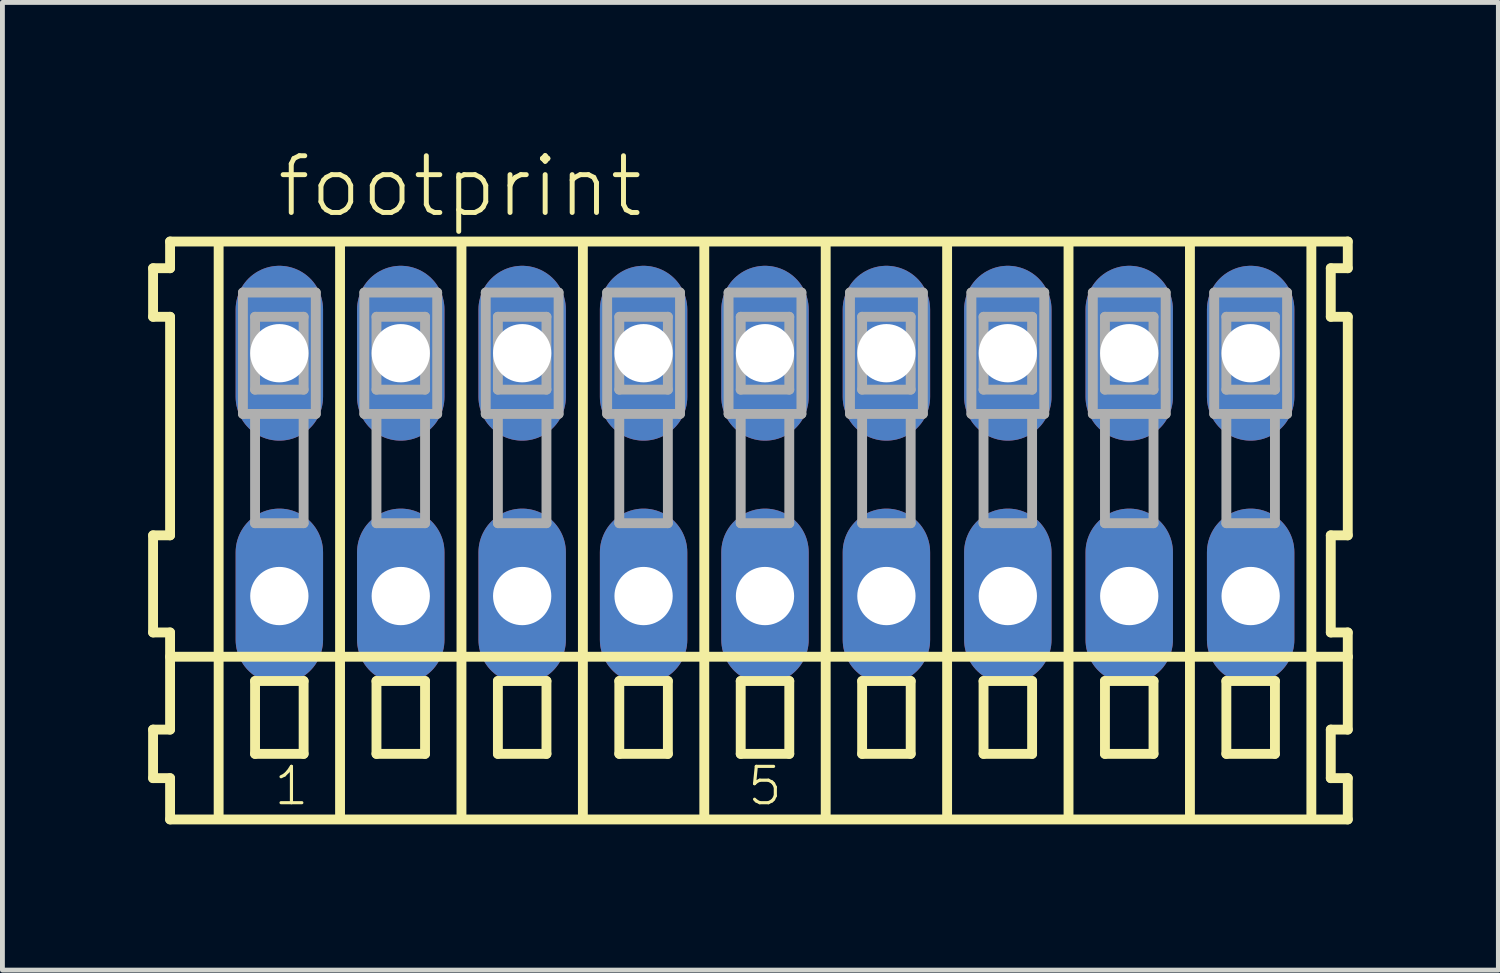
<source format=kicad_pcb>
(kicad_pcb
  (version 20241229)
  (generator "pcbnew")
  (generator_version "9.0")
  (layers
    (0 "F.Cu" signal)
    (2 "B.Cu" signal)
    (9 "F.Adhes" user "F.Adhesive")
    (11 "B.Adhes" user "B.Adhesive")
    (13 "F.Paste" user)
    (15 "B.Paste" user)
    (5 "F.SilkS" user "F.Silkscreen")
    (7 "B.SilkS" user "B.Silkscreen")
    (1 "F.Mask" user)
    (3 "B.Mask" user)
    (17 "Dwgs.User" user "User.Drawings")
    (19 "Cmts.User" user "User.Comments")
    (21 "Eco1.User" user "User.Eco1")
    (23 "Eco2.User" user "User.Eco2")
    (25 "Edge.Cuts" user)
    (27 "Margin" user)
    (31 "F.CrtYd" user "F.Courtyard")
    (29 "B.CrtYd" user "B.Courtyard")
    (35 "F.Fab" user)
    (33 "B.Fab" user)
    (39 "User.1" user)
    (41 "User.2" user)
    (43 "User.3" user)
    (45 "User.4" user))
  (footprint "footprint"
    (layer "F.Cu")
    (at 12.702 6.723)
    (property "Reference" "footprint" (at -10.1 -5.25 0) (layer "F.SilkS") (effects (font (size 1.168 1.168) (thickness 0.102)) (justify left bottom)))
    (fp_line (start -12.6 -4.25) (end -12.6 -3.25) (stroke (width 0.203) (type solid)) (layer "F.SilkS"))
    (fp_line (start -12.6 -3.25) (end -12.25 -3.25) (stroke (width 0.203) (type solid)) (layer "F.SilkS"))
    (fp_line (start -12.6 1.25) (end -12.6 3.25) (stroke (width 0.203) (type solid)) (layer "F.SilkS"))
    (fp_line (start -12.6 3.25) (end -12.25 3.25) (stroke (width 0.203) (type solid)) (layer "F.SilkS"))
    (fp_line (start -12.6 5.25) (end -12.6 6.25) (stroke (width 0.203) (type solid)) (layer "F.SilkS"))
    (fp_line (start -12.6 6.25) (end -12.25 6.25) (stroke (width 0.203) (type solid)) (layer "F.SilkS"))
    (fp_line (start -12.25 -4.8) (end -12.25 -4.25) (stroke (width 0.203) (type solid)) (layer "F.SilkS"))
    (fp_line (start -12.25 -4.25) (end -12.6 -4.25) (stroke (width 0.203) (type solid)) (layer "F.SilkS"))
    (fp_line (start -12.25 -3.25) (end -12.25 1.25) (stroke (width 0.203) (type solid)) (layer "F.SilkS"))
    (fp_line (start -12.25 1.25) (end -12.6 1.25) (stroke (width 0.203) (type solid)) (layer "F.SilkS"))
    (fp_line (start -12.25 3.25) (end -12.25 5.25) (stroke (width 0.203) (type solid)) (layer "F.SilkS"))
    (fp_line (start -12.25 3.75) (end 12 3.75) (stroke (width 0.203) (type solid)) (layer "F.SilkS"))
    (fp_line (start -12.25 5.25) (end -12.6 5.25) (stroke (width 0.203) (type solid)) (layer "F.SilkS"))
    (fp_line (start -12.25 6.25) (end -12.25 7.1) (stroke (width 0.203) (type solid)) (layer "F.SilkS"))
    (fp_line (start -12.25 7.1) (end 12 7.1) (stroke (width 0.203) (type solid)) (layer "F.SilkS"))
    (fp_line (start -11.25 -4.75) (end -11.25 7) (stroke (width 0.203) (type solid)) (layer "F.SilkS"))
    (fp_line (start -10.5 4.25) (end -10.5 5.75) (stroke (width 0.203) (type solid)) (layer "F.SilkS"))
    (fp_line (start -10.5 5.75) (end -9.5 5.75) (stroke (width 0.203) (type solid)) (layer "F.SilkS"))
    (fp_line (start -9.5 4.25) (end -10.5 4.25) (stroke (width 0.203) (type solid)) (layer "F.SilkS"))
    (fp_line (start -9.5 5.75) (end -9.5 4.25) (stroke (width 0.203) (type solid)) (layer "F.SilkS"))
    (fp_line (start -8.75 -4.75) (end -8.75 7) (stroke (width 0.203) (type solid)) (layer "F.SilkS"))
    (fp_line (start -8 4.25) (end -8 5.75) (stroke (width 0.203) (type solid)) (layer "F.SilkS"))
    (fp_line (start -8 5.75) (end -7 5.75) (stroke (width 0.203) (type solid)) (layer "F.SilkS"))
    (fp_line (start -7 4.25) (end -8 4.25) (stroke (width 0.203) (type solid)) (layer "F.SilkS"))
    (fp_line (start -7 5.75) (end -7 4.25) (stroke (width 0.203) (type solid)) (layer "F.SilkS"))
    (fp_line (start -6.25 -4.75) (end -6.25 7) (stroke (width 0.203) (type solid)) (layer "F.SilkS"))
    (fp_line (start -5.5 4.25) (end -5.5 5.75) (stroke (width 0.203) (type solid)) (layer "F.SilkS"))
    (fp_line (start -5.5 5.75) (end -4.5 5.75) (stroke (width 0.203) (type solid)) (layer "F.SilkS"))
    (fp_line (start -4.5 4.25) (end -5.5 4.25) (stroke (width 0.203) (type solid)) (layer "F.SilkS"))
    (fp_line (start -4.5 5.75) (end -4.5 4.25) (stroke (width 0.203) (type solid)) (layer "F.SilkS"))
    (fp_line (start -3.75 -4.75) (end -3.75 7) (stroke (width 0.203) (type solid)) (layer "F.SilkS"))
    (fp_line (start -3 4.25) (end -3 5.75) (stroke (width 0.203) (type solid)) (layer "F.SilkS"))
    (fp_line (start -3 5.75) (end -2 5.75) (stroke (width 0.203) (type solid)) (layer "F.SilkS"))
    (fp_line (start -2 4.25) (end -3 4.25) (stroke (width 0.203) (type solid)) (layer "F.SilkS"))
    (fp_line (start -2 5.75) (end -2 4.25) (stroke (width 0.203) (type solid)) (layer "F.SilkS"))
    (fp_line (start -1.25 -4.75) (end -1.25 7) (stroke (width 0.203) (type solid)) (layer "F.SilkS"))
    (fp_line (start -0.5 4.25) (end -0.5 5.75) (stroke (width 0.203) (type solid)) (layer "F.SilkS"))
    (fp_line (start -0.5 5.75) (end 0.5 5.75) (stroke (width 0.203) (type solid)) (layer "F.SilkS"))
    (fp_line (start 0.5 4.25) (end -0.5 4.25) (stroke (width 0.203) (type solid)) (layer "F.SilkS"))
    (fp_line (start 0.5 5.75) (end 0.5 4.25) (stroke (width 0.203) (type solid)) (layer "F.SilkS"))
    (fp_line (start 1.25 -4.75) (end 1.25 7) (stroke (width 0.203) (type solid)) (layer "F.SilkS"))
    (fp_line (start 2 4.25) (end 2 5.75) (stroke (width 0.203) (type solid)) (layer "F.SilkS"))
    (fp_line (start 2 5.75) (end 3 5.75) (stroke (width 0.203) (type solid)) (layer "F.SilkS"))
    (fp_line (start 3 4.25) (end 2 4.25) (stroke (width 0.203) (type solid)) (layer "F.SilkS"))
    (fp_line (start 3 5.75) (end 3 4.25) (stroke (width 0.203) (type solid)) (layer "F.SilkS"))
    (fp_line (start 3.75 -4.75) (end 3.75 7) (stroke (width 0.203) (type solid)) (layer "F.SilkS"))
    (fp_line (start 4.5 4.25) (end 4.5 5.75) (stroke (width 0.203) (type solid)) (layer "F.SilkS"))
    (fp_line (start 4.5 5.75) (end 5.5 5.75) (stroke (width 0.203) (type solid)) (layer "F.SilkS"))
    (fp_line (start 5.5 4.25) (end 4.5 4.25) (stroke (width 0.203) (type solid)) (layer "F.SilkS"))
    (fp_line (start 5.5 5.75) (end 5.5 4.25) (stroke (width 0.203) (type solid)) (layer "F.SilkS"))
    (fp_line (start 6.25 -4.75) (end 6.25 7) (stroke (width 0.203) (type solid)) (layer "F.SilkS"))
    (fp_line (start 7 4.25) (end 7 5.75) (stroke (width 0.203) (type solid)) (layer "F.SilkS"))
    (fp_line (start 7 5.75) (end 8 5.75) (stroke (width 0.203) (type solid)) (layer "F.SilkS"))
    (fp_line (start 8 4.25) (end 7 4.25) (stroke (width 0.203) (type solid)) (layer "F.SilkS"))
    (fp_line (start 8 5.75) (end 8 4.25) (stroke (width 0.203) (type solid)) (layer "F.SilkS"))
    (fp_line (start 8.75 -4.75) (end 8.75 7) (stroke (width 0.203) (type solid)) (layer "F.SilkS"))
    (fp_line (start 9.5 4.25) (end 9.5 5.75) (stroke (width 0.203) (type solid)) (layer "F.SilkS"))
    (fp_line (start 9.5 5.75) (end 10.5 5.75) (stroke (width 0.203) (type solid)) (layer "F.SilkS"))
    (fp_line (start 10.5 4.25) (end 9.5 4.25) (stroke (width 0.203) (type solid)) (layer "F.SilkS"))
    (fp_line (start 10.5 5.75) (end 10.5 4.25) (stroke (width 0.203) (type solid)) (layer "F.SilkS"))
    (fp_line (start 11.25 -4.75) (end 11.25 7) (stroke (width 0.203) (type solid)) (layer "F.SilkS"))
    (fp_line (start 11.65 -4.25) (end 11.65 -3.25) (stroke (width 0.203) (type solid)) (layer "F.SilkS"))
    (fp_line (start 11.65 -3.25) (end 12 -3.25) (stroke (width 0.203) (type solid)) (layer "F.SilkS"))
    (fp_line (start 11.65 1.25) (end 11.65 3.25) (stroke (width 0.203) (type solid)) (layer "F.SilkS"))
    (fp_line (start 11.65 3.25) (end 12 3.25) (stroke (width 0.203) (type solid)) (layer "F.SilkS"))
    (fp_line (start 11.65 5.25) (end 11.65 6.25) (stroke (width 0.203) (type solid)) (layer "F.SilkS"))
    (fp_line (start 11.65 6.25) (end 12 6.25) (stroke (width 0.203) (type solid)) (layer "F.SilkS"))
    (fp_line (start 12 -4.8) (end -12.25 -4.8) (stroke (width 0.203) (type solid)) (layer "F.SilkS"))
    (fp_line (start 12 -4.25) (end 11.65 -4.25) (stroke (width 0.203) (type solid)) (layer "F.SilkS"))
    (fp_line (start 12 -4.25) (end 12 -4.8) (stroke (width 0.203) (type solid)) (layer "F.SilkS"))
    (fp_line (start 12 1.25) (end 11.65 1.25) (stroke (width 0.203) (type solid)) (layer "F.SilkS"))
    (fp_line (start 12 1.25) (end 12 -3.25) (stroke (width 0.203) (type solid)) (layer "F.SilkS"))
    (fp_line (start 12 3.75) (end 12 3.25) (stroke (width 0.203) (type solid)) (layer "F.SilkS"))
    (fp_line (start 12 5.25) (end 11.65 5.25) (stroke (width 0.203) (type solid)) (layer "F.SilkS"))
    (fp_line (start 12 5.25) (end 12 3.75) (stroke (width 0.203) (type solid)) (layer "F.SilkS"))
    (fp_line (start 12 7.1) (end 12 6.25) (stroke (width 0.203) (type solid)) (layer "F.SilkS"))
    (fp_line (start -10.75 -3.75) (end -10.75 -1.25) (stroke (width 0.203) (type solid)) (layer "F.Fab"))
    (fp_line (start -10.75 -1.25) (end -10.5 -1.25) (stroke (width 0.203) (type solid)) (layer "F.Fab"))
    (fp_line (start -10.5 -3.25) (end -10.5 -1.75) (stroke (width 0.203) (type solid)) (layer "F.Fab"))
    (fp_line (start -10.5 -1.75) (end -9.5 -1.75) (stroke (width 0.203) (type solid)) (layer "F.Fab"))
    (fp_line (start -10.5 -1.25) (end -10.5 1) (stroke (width 0.203) (type solid)) (layer "F.Fab"))
    (fp_line (start -10.5 -1.25) (end -9.5 -1.25) (stroke (width 0.203) (type solid)) (layer "F.Fab"))
    (fp_line (start -10.5 1) (end -9.5 1) (stroke (width 0.203) (type solid)) (layer "F.Fab"))
    (fp_line (start -9.5 -3.25) (end -10.5 -3.25) (stroke (width 0.203) (type solid)) (layer "F.Fab"))
    (fp_line (start -9.5 -1.75) (end -9.5 -3.25) (stroke (width 0.203) (type solid)) (layer "F.Fab"))
    (fp_line (start -9.5 -1.25) (end -9.25 -1.25) (stroke (width 0.203) (type solid)) (layer "F.Fab"))
    (fp_line (start -9.5 1) (end -9.5 -1.25) (stroke (width 0.203) (type solid)) (layer "F.Fab"))
    (fp_line (start -9.25 -3.75) (end -10.75 -3.75) (stroke (width 0.203) (type solid)) (layer "F.Fab"))
    (fp_line (start -9.25 -1.25) (end -9.25 -3.75) (stroke (width 0.203) (type solid)) (layer "F.Fab"))
    (fp_line (start -8.25 -3.75) (end -8.25 -1.25) (stroke (width 0.203) (type solid)) (layer "F.Fab"))
    (fp_line (start -8.25 -1.25) (end -8 -1.25) (stroke (width 0.203) (type solid)) (layer "F.Fab"))
    (fp_line (start -8 -3.25) (end -8 -1.75) (stroke (width 0.203) (type solid)) (layer "F.Fab"))
    (fp_line (start -8 -1.75) (end -7 -1.75) (stroke (width 0.203) (type solid)) (layer "F.Fab"))
    (fp_line (start -8 -1.25) (end -8 1) (stroke (width 0.203) (type solid)) (layer "F.Fab"))
    (fp_line (start -8 -1.25) (end -7 -1.25) (stroke (width 0.203) (type solid)) (layer "F.Fab"))
    (fp_line (start -8 1) (end -7 1) (stroke (width 0.203) (type solid)) (layer "F.Fab"))
    (fp_line (start -7 -3.25) (end -8 -3.25) (stroke (width 0.203) (type solid)) (layer "F.Fab"))
    (fp_line (start -7 -1.75) (end -7 -3.25) (stroke (width 0.203) (type solid)) (layer "F.Fab"))
    (fp_line (start -7 -1.25) (end -6.75 -1.25) (stroke (width 0.203) (type solid)) (layer "F.Fab"))
    (fp_line (start -7 1) (end -7 -1.25) (stroke (width 0.203) (type solid)) (layer "F.Fab"))
    (fp_line (start -6.75 -3.75) (end -8.25 -3.75) (stroke (width 0.203) (type solid)) (layer "F.Fab"))
    (fp_line (start -6.75 -1.25) (end -6.75 -3.75) (stroke (width 0.203) (type solid)) (layer "F.Fab"))
    (fp_line (start -5.75 -3.75) (end -5.75 -1.25) (stroke (width 0.203) (type solid)) (layer "F.Fab"))
    (fp_line (start -5.75 -1.25) (end -5.5 -1.25) (stroke (width 0.203) (type solid)) (layer "F.Fab"))
    (fp_line (start -5.5 -3.25) (end -5.5 -1.75) (stroke (width 0.203) (type solid)) (layer "F.Fab"))
    (fp_line (start -5.5 -1.75) (end -4.5 -1.75) (stroke (width 0.203) (type solid)) (layer "F.Fab"))
    (fp_line (start -5.5 -1.25) (end -5.5 1) (stroke (width 0.203) (type solid)) (layer "F.Fab"))
    (fp_line (start -5.5 -1.25) (end -4.5 -1.25) (stroke (width 0.203) (type solid)) (layer "F.Fab"))
    (fp_line (start -5.5 1) (end -4.5 1) (stroke (width 0.203) (type solid)) (layer "F.Fab"))
    (fp_line (start -4.5 -3.25) (end -5.5 -3.25) (stroke (width 0.203) (type solid)) (layer "F.Fab"))
    (fp_line (start -4.5 -1.75) (end -4.5 -3.25) (stroke (width 0.203) (type solid)) (layer "F.Fab"))
    (fp_line (start -4.5 -1.25) (end -4.25 -1.25) (stroke (width 0.203) (type solid)) (layer "F.Fab"))
    (fp_line (start -4.5 1) (end -4.5 -1.25) (stroke (width 0.203) (type solid)) (layer "F.Fab"))
    (fp_line (start -4.25 -3.75) (end -5.75 -3.75) (stroke (width 0.203) (type solid)) (layer "F.Fab"))
    (fp_line (start -4.25 -1.25) (end -4.25 -3.75) (stroke (width 0.203) (type solid)) (layer "F.Fab"))
    (fp_line (start -3.25 -3.75) (end -3.25 -1.25) (stroke (width 0.203) (type solid)) (layer "F.Fab"))
    (fp_line (start -3.25 -1.25) (end -3 -1.25) (stroke (width 0.203) (type solid)) (layer "F.Fab"))
    (fp_line (start -3 -3.25) (end -3 -1.75) (stroke (width 0.203) (type solid)) (layer "F.Fab"))
    (fp_line (start -3 -1.75) (end -2 -1.75) (stroke (width 0.203) (type solid)) (layer "F.Fab"))
    (fp_line (start -3 -1.25) (end -3 1) (stroke (width 0.203) (type solid)) (layer "F.Fab"))
    (fp_line (start -3 -1.25) (end -2 -1.25) (stroke (width 0.203) (type solid)) (layer "F.Fab"))
    (fp_line (start -3 1) (end -2 1) (stroke (width 0.203) (type solid)) (layer "F.Fab"))
    (fp_line (start -2 -3.25) (end -3 -3.25) (stroke (width 0.203) (type solid)) (layer "F.Fab"))
    (fp_line (start -2 -1.75) (end -2 -3.25) (stroke (width 0.203) (type solid)) (layer "F.Fab"))
    (fp_line (start -2 -1.25) (end -1.75 -1.25) (stroke (width 0.203) (type solid)) (layer "F.Fab"))
    (fp_line (start -2 1) (end -2 -1.25) (stroke (width 0.203) (type solid)) (layer "F.Fab"))
    (fp_line (start -1.75 -3.75) (end -3.25 -3.75) (stroke (width 0.203) (type solid)) (layer "F.Fab"))
    (fp_line (start -1.75 -1.25) (end -1.75 -3.75) (stroke (width 0.203) (type solid)) (layer "F.Fab"))
    (fp_line (start -0.75 -3.75) (end -0.75 -1.25) (stroke (width 0.203) (type solid)) (layer "F.Fab"))
    (fp_line (start -0.75 -1.25) (end -0.5 -1.25) (stroke (width 0.203) (type solid)) (layer "F.Fab"))
    (fp_line (start -0.5 -3.25) (end -0.5 -1.75) (stroke (width 0.203) (type solid)) (layer "F.Fab"))
    (fp_line (start -0.5 -1.75) (end 0.5 -1.75) (stroke (width 0.203) (type solid)) (layer "F.Fab"))
    (fp_line (start -0.5 -1.25) (end -0.5 1) (stroke (width 0.203) (type solid)) (layer "F.Fab"))
    (fp_line (start -0.5 -1.25) (end 0.5 -1.25) (stroke (width 0.203) (type solid)) (layer "F.Fab"))
    (fp_line (start -0.5 1) (end 0.5 1) (stroke (width 0.203) (type solid)) (layer "F.Fab"))
    (fp_line (start 0.5 -3.25) (end -0.5 -3.25) (stroke (width 0.203) (type solid)) (layer "F.Fab"))
    (fp_line (start 0.5 -1.75) (end 0.5 -3.25) (stroke (width 0.203) (type solid)) (layer "F.Fab"))
    (fp_line (start 0.5 -1.25) (end 0.75 -1.25) (stroke (width 0.203) (type solid)) (layer "F.Fab"))
    (fp_line (start 0.5 1) (end 0.5 -1.25) (stroke (width 0.203) (type solid)) (layer "F.Fab"))
    (fp_line (start 0.75 -3.75) (end -0.75 -3.75) (stroke (width 0.203) (type solid)) (layer "F.Fab"))
    (fp_line (start 0.75 -1.25) (end 0.75 -3.75) (stroke (width 0.203) (type solid)) (layer "F.Fab"))
    (fp_line (start 1.75 -3.75) (end 1.75 -1.25) (stroke (width 0.203) (type solid)) (layer "F.Fab"))
    (fp_line (start 1.75 -1.25) (end 2 -1.25) (stroke (width 0.203) (type solid)) (layer "F.Fab"))
    (fp_line (start 2 -3.25) (end 2 -1.75) (stroke (width 0.203) (type solid)) (layer "F.Fab"))
    (fp_line (start 2 -1.75) (end 3 -1.75) (stroke (width 0.203) (type solid)) (layer "F.Fab"))
    (fp_line (start 2 -1.25) (end 2 1) (stroke (width 0.203) (type solid)) (layer "F.Fab"))
    (fp_line (start 2 -1.25) (end 3 -1.25) (stroke (width 0.203) (type solid)) (layer "F.Fab"))
    (fp_line (start 2 1) (end 3 1) (stroke (width 0.203) (type solid)) (layer "F.Fab"))
    (fp_line (start 3 -3.25) (end 2 -3.25) (stroke (width 0.203) (type solid)) (layer "F.Fab"))
    (fp_line (start 3 -1.75) (end 3 -3.25) (stroke (width 0.203) (type solid)) (layer "F.Fab"))
    (fp_line (start 3 -1.25) (end 3.25 -1.25) (stroke (width 0.203) (type solid)) (layer "F.Fab"))
    (fp_line (start 3 1) (end 3 -1.25) (stroke (width 0.203) (type solid)) (layer "F.Fab"))
    (fp_line (start 3.25 -3.75) (end 1.75 -3.75) (stroke (width 0.203) (type solid)) (layer "F.Fab"))
    (fp_line (start 3.25 -1.25) (end 3.25 -3.75) (stroke (width 0.203) (type solid)) (layer "F.Fab"))
    (fp_line (start 4.25 -3.75) (end 4.25 -1.25) (stroke (width 0.203) (type solid)) (layer "F.Fab"))
    (fp_line (start 4.25 -1.25) (end 4.5 -1.25) (stroke (width 0.203) (type solid)) (layer "F.Fab"))
    (fp_line (start 4.5 -3.25) (end 4.5 -1.75) (stroke (width 0.203) (type solid)) (layer "F.Fab"))
    (fp_line (start 4.5 -1.75) (end 5.5 -1.75) (stroke (width 0.203) (type solid)) (layer "F.Fab"))
    (fp_line (start 4.5 -1.25) (end 4.5 1) (stroke (width 0.203) (type solid)) (layer "F.Fab"))
    (fp_line (start 4.5 -1.25) (end 5.5 -1.25) (stroke (width 0.203) (type solid)) (layer "F.Fab"))
    (fp_line (start 4.5 1) (end 5.5 1) (stroke (width 0.203) (type solid)) (layer "F.Fab"))
    (fp_line (start 5.5 -3.25) (end 4.5 -3.25) (stroke (width 0.203) (type solid)) (layer "F.Fab"))
    (fp_line (start 5.5 -1.75) (end 5.5 -3.25) (stroke (width 0.203) (type solid)) (layer "F.Fab"))
    (fp_line (start 5.5 -1.25) (end 5.75 -1.25) (stroke (width 0.203) (type solid)) (layer "F.Fab"))
    (fp_line (start 5.5 1) (end 5.5 -1.25) (stroke (width 0.203) (type solid)) (layer "F.Fab"))
    (fp_line (start 5.75 -3.75) (end 4.25 -3.75) (stroke (width 0.203) (type solid)) (layer "F.Fab"))
    (fp_line (start 5.75 -1.25) (end 5.75 -3.75) (stroke (width 0.203) (type solid)) (layer "F.Fab"))
    (fp_line (start 6.75 -3.75) (end 6.75 -1.25) (stroke (width 0.203) (type solid)) (layer "F.Fab"))
    (fp_line (start 6.75 -1.25) (end 7 -1.25) (stroke (width 0.203) (type solid)) (layer "F.Fab"))
    (fp_line (start 7 -3.25) (end 7 -1.75) (stroke (width 0.203) (type solid)) (layer "F.Fab"))
    (fp_line (start 7 -1.75) (end 8 -1.75) (stroke (width 0.203) (type solid)) (layer "F.Fab"))
    (fp_line (start 7 -1.25) (end 7 1) (stroke (width 0.203) (type solid)) (layer "F.Fab"))
    (fp_line (start 7 -1.25) (end 8 -1.25) (stroke (width 0.203) (type solid)) (layer "F.Fab"))
    (fp_line (start 7 1) (end 8 1) (stroke (width 0.203) (type solid)) (layer "F.Fab"))
    (fp_line (start 8 -3.25) (end 7 -3.25) (stroke (width 0.203) (type solid)) (layer "F.Fab"))
    (fp_line (start 8 -1.75) (end 8 -3.25) (stroke (width 0.203) (type solid)) (layer "F.Fab"))
    (fp_line (start 8 -1.25) (end 8.25 -1.25) (stroke (width 0.203) (type solid)) (layer "F.Fab"))
    (fp_line (start 8 1) (end 8 -1.25) (stroke (width 0.203) (type solid)) (layer "F.Fab"))
    (fp_line (start 8.25 -3.75) (end 6.75 -3.75) (stroke (width 0.203) (type solid)) (layer "F.Fab"))
    (fp_line (start 8.25 -1.25) (end 8.25 -3.75) (stroke (width 0.203) (type solid)) (layer "F.Fab"))
    (fp_line (start 9.25 -3.75) (end 9.25 -1.25) (stroke (width 0.203) (type solid)) (layer "F.Fab"))
    (fp_line (start 9.25 -1.25) (end 9.5 -1.25) (stroke (width 0.203) (type solid)) (layer "F.Fab"))
    (fp_line (start 9.5 -3.25) (end 9.5 -1.75) (stroke (width 0.203) (type solid)) (layer "F.Fab"))
    (fp_line (start 9.5 -1.75) (end 10.5 -1.75) (stroke (width 0.203) (type solid)) (layer "F.Fab"))
    (fp_line (start 9.5 -1.25) (end 9.5 1) (stroke (width 0.203) (type solid)) (layer "F.Fab"))
    (fp_line (start 9.5 -1.25) (end 10.5 -1.25) (stroke (width 0.203) (type solid)) (layer "F.Fab"))
    (fp_line (start 9.5 1) (end 10.5 1) (stroke (width 0.203) (type solid)) (layer "F.Fab"))
    (fp_line (start 10.5 -3.25) (end 9.5 -3.25) (stroke (width 0.203) (type solid)) (layer "F.Fab"))
    (fp_line (start 10.5 -1.75) (end 10.5 -3.25) (stroke (width 0.203) (type solid)) (layer "F.Fab"))
    (fp_line (start 10.5 -1.25) (end 10.75 -1.25) (stroke (width 0.203) (type solid)) (layer "F.Fab"))
    (fp_line (start 10.5 1) (end 10.5 -1.25) (stroke (width 0.203) (type solid)) (layer "F.Fab"))
    (fp_line (start 10.75 -3.75) (end 9.25 -3.75) (stroke (width 0.203) (type solid)) (layer "F.Fab"))
    (fp_line (start 10.75 -1.25) (end 10.75 -3.75) (stroke (width 0.203) (type solid)) (layer "F.Fab"))
    (fp_text user "5" (at -0.4 6.85 0) (layer "F.SilkS") (effects (font (size 0.748 0.748) (thickness 0.065)) (justify left bottom)))
    (fp_text user "1" (at -10.15 6.85 0) (layer "F.SilkS") (effects (font (size 0.748 0.748) (thickness 0.065)) (justify left bottom)))
    (pad "A1" thru_hole oval (at -10 -2.5 90) (size 3.6 1.8) (drill 1.2) (layers "*.Cu" "*.Mask"))
    (pad "A2" thru_hole oval (at -7.5 -2.5 90) (size 3.6 1.8) (drill 1.2) (layers "*.Cu" "*.Mask"))
    (pad "A3" thru_hole oval (at -5 -2.5 90) (size 3.6 1.8) (drill 1.2) (layers "*.Cu" "*.Mask"))
    (pad "A4" thru_hole oval (at -2.5 -2.5 90) (size 3.6 1.8) (drill 1.2) (layers "*.Cu" "*.Mask"))
    (pad "A5" thru_hole oval (at 0 -2.5 90) (size 3.6 1.8) (drill 1.2) (layers "*.Cu" "*.Mask"))
    (pad "A6" thru_hole oval (at 2.5 -2.5 90) (size 3.6 1.8) (drill 1.2) (layers "*.Cu" "*.Mask"))
    (pad "A7" thru_hole oval (at 5 -2.5 90) (size 3.6 1.8) (drill 1.2) (layers "*.Cu" "*.Mask"))
    (pad "A8" thru_hole oval (at 7.5 -2.5 90) (size 3.6 1.8) (drill 1.2) (layers "*.Cu" "*.Mask"))
    (pad "A9" thru_hole oval (at 10 -2.5 90) (size 3.6 1.8) (drill 1.2) (layers "*.Cu" "*.Mask"))
    (pad "B1" thru_hole oval (at -10 2.5 90) (size 3.6 1.8) (drill 1.2) (layers "*.Cu" "*.Mask"))
    (pad "B2" thru_hole oval (at -7.5 2.5 90) (size 3.6 1.8) (drill 1.2) (layers "*.Cu" "*.Mask"))
    (pad "B3" thru_hole oval (at -5 2.5 90) (size 3.6 1.8) (drill 1.2) (layers "*.Cu" "*.Mask"))
    (pad "B4" thru_hole oval (at -2.5 2.5 90) (size 3.6 1.8) (drill 1.2) (layers "*.Cu" "*.Mask"))
    (pad "B5" thru_hole oval (at 0 2.5 90) (size 3.6 1.8) (drill 1.2) (layers "*.Cu" "*.Mask"))
    (pad "B6" thru_hole oval (at 2.5 2.5 90) (size 3.6 1.8) (drill 1.2) (layers "*.Cu" "*.Mask"))
    (pad "B7" thru_hole oval (at 5 2.5 90) (size 3.6 1.8) (drill 1.2) (layers "*.Cu" "*.Mask"))
    (pad "B8" thru_hole oval (at 7.5 2.5 90) (size 3.6 1.8) (drill 1.2) (layers "*.Cu" "*.Mask"))
    (pad "B9" thru_hole oval (at 10 2.5 90) (size 3.6 1.8) (drill 1.2) (layers "*.Cu" "*.Mask")))
  (gr_rect
    (start -3 -3)
    (end 27.803 16.925)
    (stroke (width 0.1) (type default))
    (fill no)
    (layer "Edge.Cuts")))
</source>
